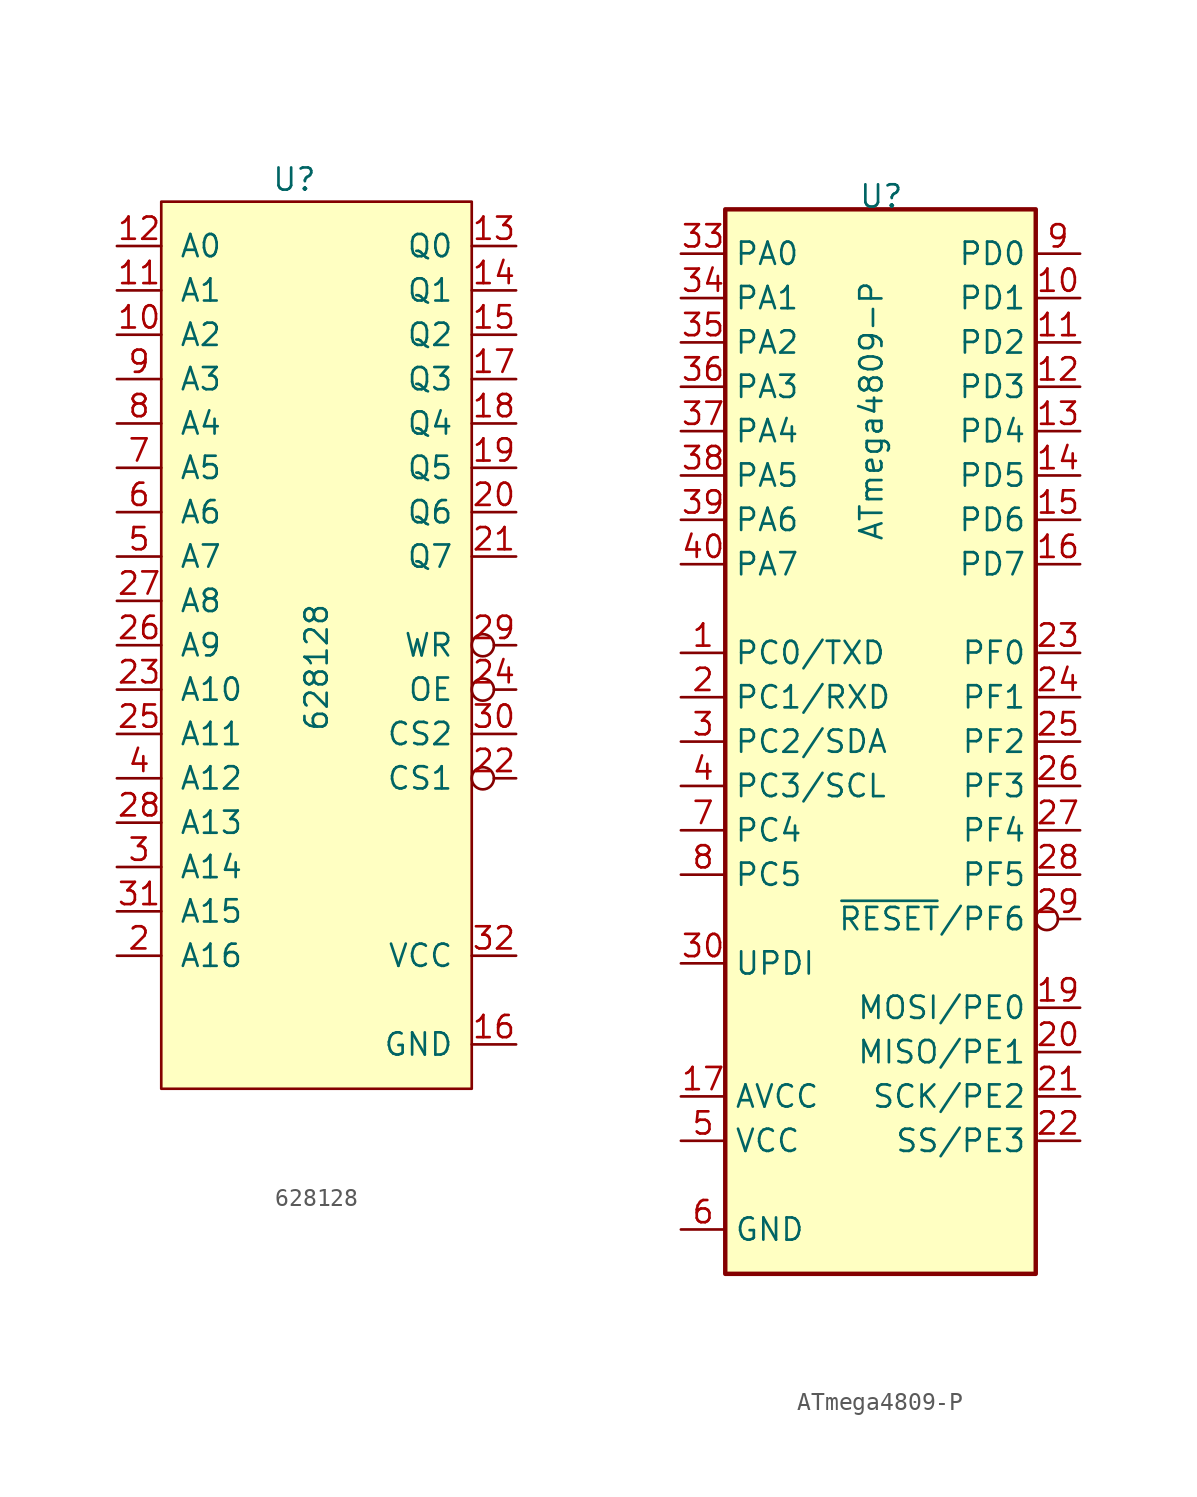
<source format=kicad_sym>
(kicad_symbol_lib
  (version 20211014)
  (generator kicad_symbol_editor)
  (symbol "628128"
    (pin_names
      (offset 1.016))
    (property "Reference" "U"
      (at -1.27 26.67 0)
      (effects (font (size 1.27 1.27))))
    (property "Value" "628128"
      (at 0 -1.27 90)
      (effects (font (size 1.27 1.27))))
    (symbol "628128_0_0"
      (pin power_in line (at 11.43 -22.86 180) (length 2.54) (name "GND" (effects (font (size 1.27 1.27)))) (number "16" (effects (font (size 1.27 1.27)))))
      (pin power_in line (at 11.43 -17.78 180) (length 2.54) (name "VCC" (effects (font (size 1.27 1.27)))) (number "32" (effects (font (size 1.27 1.27))))))
    (symbol "628128_0_1"
      (rectangle (start -8.89 25.4) (end 8.89 -25.4) (stroke (width 0) (type default) (color 0 0 0 0)) (fill (type background))))
    (symbol "628128_1_1"
      (pin input line (at -11.43 17.78 0) (length 2.54) (name "A2" (effects (font (size 1.27 1.27)))) (number "10" (effects (font (size 1.27 1.27)))))
      (pin input line (at -11.43 20.32 0) (length 2.54) (name "A1" (effects (font (size 1.27 1.27)))) (number "11" (effects (font (size 1.27 1.27)))))
      (pin input line (at -11.43 22.86 0) (length 2.54) (name "A0" (effects (font (size 1.27 1.27)))) (number "12" (effects (font (size 1.27 1.27)))))
      (pin bidirectional line (at 11.43 22.86 180) (length 2.54) (name "Q0" (effects (font (size 1.27 1.27)))) (number "13" (effects (font (size 1.27 1.27)))))
      (pin bidirectional line (at 11.43 20.32 180) (length 2.54) (name "Q1" (effects (font (size 1.27 1.27)))) (number "14" (effects (font (size 1.27 1.27)))))
      (pin bidirectional line (at 11.43 17.78 180) (length 2.54) (name "Q2" (effects (font (size 1.27 1.27)))) (number "15" (effects (font (size 1.27 1.27)))))
      (pin bidirectional line (at 11.43 15.24 180) (length 2.54) (name "Q3" (effects (font (size 1.27 1.27)))) (number "17" (effects (font (size 1.27 1.27)))))
      (pin bidirectional line (at 11.43 12.7 180) (length 2.54) (name "Q4" (effects (font (size 1.27 1.27)))) (number "18" (effects (font (size 1.27 1.27)))))
      (pin bidirectional line (at 11.43 10.16 180) (length 2.54) (name "Q5" (effects (font (size 1.27 1.27)))) (number "19" (effects (font (size 1.27 1.27)))))
      (pin input line (at -11.43 -17.78 0) (length 2.54) (name "A16" (effects (font (size 1.27 1.27)))) (number "2" (effects (font (size 1.27 1.27)))))
      (pin bidirectional line (at 11.43 7.62 180) (length 2.54) (name "Q6" (effects (font (size 1.27 1.27)))) (number "20" (effects (font (size 1.27 1.27)))))
      (pin bidirectional line (at 11.43 5.08 180) (length 2.54) (name "Q7" (effects (font (size 1.27 1.27)))) (number "21" (effects (font (size 1.27 1.27)))))
      (pin input inverted (at 11.43 -7.62 180) (length 2.54) (name "CS1" (effects (font (size 1.27 1.27)))) (number "22" (effects (font (size 1.27 1.27)))))
      (pin input line (at -11.43 -2.54 0) (length 2.54) (name "A10" (effects (font (size 1.27 1.27)))) (number "23" (effects (font (size 1.27 1.27)))))
      (pin input inverted (at 11.43 -2.54 180) (length 2.54) (name "OE" (effects (font (size 1.27 1.27)))) (number "24" (effects (font (size 1.27 1.27)))))
      (pin input line (at -11.43 -5.08 0) (length 2.54) (name "A11" (effects (font (size 1.27 1.27)))) (number "25" (effects (font (size 1.27 1.27)))))
      (pin input line (at -11.43 0 0) (length 2.54) (name "A9" (effects (font (size 1.27 1.27)))) (number "26" (effects (font (size 1.27 1.27)))))
      (pin input line (at -11.43 2.54 0) (length 2.54) (name "A8" (effects (font (size 1.27 1.27)))) (number "27" (effects (font (size 1.27 1.27)))))
      (pin input line (at -11.43 -10.16 0) (length 2.54) (name "A13" (effects (font (size 1.27 1.27)))) (number "28" (effects (font (size 1.27 1.27)))))
      (pin input inverted (at 11.43 0 180) (length 2.54) (name "WR" (effects (font (size 1.27 1.27)))) (number "29" (effects (font (size 1.27 1.27)))))
      (pin input line (at -11.43 -12.7 0) (length 2.54) (name "A14" (effects (font (size 1.27 1.27)))) (number "3" (effects (font (size 1.27 1.27)))))
      (pin input line (at 11.43 -5.08 180) (length 2.54) (name "CS2" (effects (font (size 1.27 1.27)))) (number "30" (effects (font (size 1.27 1.27)))))
      (pin input line (at -11.43 -15.24 0) (length 2.54) (name "A15" (effects (font (size 1.27 1.27)))) (number "31" (effects (font (size 1.27 1.27)))))
      (pin input line (at -11.43 -7.62 0) (length 2.54) (name "A12" (effects (font (size 1.27 1.27)))) (number "4" (effects (font (size 1.27 1.27)))))
      (pin input line (at -11.43 5.08 0) (length 2.54) (name "A7" (effects (font (size 1.27 1.27)))) (number "5" (effects (font (size 1.27 1.27)))))
      (pin input line (at -11.43 7.62 0) (length 2.54) (name "A6" (effects (font (size 1.27 1.27)))) (number "6" (effects (font (size 1.27 1.27)))))
      (pin input line (at -11.43 10.16 0) (length 2.54) (name "A5" (effects (font (size 1.27 1.27)))) (number "7" (effects (font (size 1.27 1.27)))))
      (pin input line (at -11.43 12.7 0) (length 2.54) (name "A4" (effects (font (size 1.27 1.27)))) (number "8" (effects (font (size 1.27 1.27)))))
      (pin input line (at -11.43 15.24 0) (length 2.54) (name "A3" (effects (font (size 1.27 1.27)))) (number "9" (effects (font (size 1.27 1.27)))))))
  (symbol "ATmega4809-P"
    (property "Reference" "U"
      (at -1.27 30.48 0)
      (effects (font (size 1.27 1.27)) (justify left bottom)))
    (property "Value" "ATmega4809-P"
      (at -1.27 11.43 90)
      (effects (font (size 1.27 1.27)) (justify left top)))
    (symbol "ATmega4809-P_0_1"
      (rectangle (start -8.89 -30.48) (end 8.89 30.48) (stroke (width 0.254) (type default) (color 0 0 0 0)) (fill (type background))))
    (symbol "ATmega4809-P_1_1"
      (pin output line (at -11.43 5.08 0) (length 2.54) (name "PC0/TXD" (effects (font (size 1.27 1.27)))) (number "1" (effects (font (size 1.27 1.27)))))
      (pin input line (at 11.43 25.4 180) (length 2.54) (name "PD1" (effects (font (size 1.27 1.27)))) (number "10" (effects (font (size 1.27 1.27)))))
      (pin input line (at 11.43 22.86 180) (length 2.54) (name "PD2" (effects (font (size 1.27 1.27)))) (number "11" (effects (font (size 1.27 1.27)))))
      (pin output line (at 11.43 20.32 180) (length 2.54) (name "PD3" (effects (font (size 1.27 1.27)))) (number "12" (effects (font (size 1.27 1.27)))))
      (pin input line (at 11.43 17.78 180) (length 2.54) (name "PD4" (effects (font (size 1.27 1.27)))) (number "13" (effects (font (size 1.27 1.27)))))
      (pin input line (at 11.43 15.24 180) (length 2.54) (name "PD5" (effects (font (size 1.27 1.27)))) (number "14" (effects (font (size 1.27 1.27)))))
      (pin output line (at 11.43 12.7 180) (length 2.54) (name "PD6" (effects (font (size 1.27 1.27)))) (number "15" (effects (font (size 1.27 1.27)))))
      (pin output line (at 11.43 10.16 180) (length 2.54) (name "PD7" (effects (font (size 1.27 1.27)))) (number "16" (effects (font (size 1.27 1.27)))))
      (pin power_in line (at -11.43 -20.32 0) (length 2.54) (name "AVCC" (effects (font (size 1.27 1.27)))) (number "17" (effects (font (size 1.27 1.27)))))
      (pin power_in line (at -11.43 -27.94 0) (length 2.54) hide (name "GND" (effects (font (size 1.27 1.27)))) (number "18" (effects (font (size 1.27 1.27)))))
      (pin output line (at 11.43 -15.24 180) (length 2.54) (name "MOSI/PE0" (effects (font (size 1.27 1.27)))) (number "19" (effects (font (size 1.27 1.27)))))
      (pin input line (at -11.43 2.54 0) (length 2.54) (name "PC1/RXD" (effects (font (size 1.27 1.27)))) (number "2" (effects (font (size 1.27 1.27)))))
      (pin input line (at 11.43 -17.78 180) (length 2.54) (name "MISO/PE1" (effects (font (size 1.27 1.27)))) (number "20" (effects (font (size 1.27 1.27)))))
      (pin output line (at 11.43 -20.32 180) (length 2.54) (name "SCK/PE2" (effects (font (size 1.27 1.27)))) (number "21" (effects (font (size 1.27 1.27)))))
      (pin output line (at 11.43 -22.86 180) (length 2.54) (name "SS/PE3" (effects (font (size 1.27 1.27)))) (number "22" (effects (font (size 1.27 1.27)))))
      (pin output line (at 11.43 5.08 180) (length 2.54) (name "PF0" (effects (font (size 1.27 1.27)))) (number "23" (effects (font (size 1.27 1.27)))))
      (pin output line (at 11.43 2.54 180) (length 2.54) (name "PF1" (effects (font (size 1.27 1.27)))) (number "24" (effects (font (size 1.27 1.27)))))
      (pin input line (at 11.43 0 180) (length 2.54) (name "PF2" (effects (font (size 1.27 1.27)))) (number "25" (effects (font (size 1.27 1.27)))))
      (pin input line (at 11.43 -2.54 180) (length 2.54) (name "PF3" (effects (font (size 1.27 1.27)))) (number "26" (effects (font (size 1.27 1.27)))))
      (pin output line (at 11.43 -5.08 180) (length 2.54) (name "PF4" (effects (font (size 1.27 1.27)))) (number "27" (effects (font (size 1.27 1.27)))))
      (pin output line (at 11.43 -7.62 180) (length 2.54) (name "PF5" (effects (font (size 1.27 1.27)))) (number "28" (effects (font (size 1.27 1.27)))))
      (pin input inverted (at 11.43 -10.16 180) (length 2.54) (name "~{RESET}/PF6" (effects (font (size 1.27 1.27)))) (number "29" (effects (font (size 1.27 1.27)))))
      (pin bidirectional line (at -11.43 0 0) (length 2.54) (name "PC2/SDA" (effects (font (size 1.27 1.27)))) (number "3" (effects (font (size 1.27 1.27)))))
      (pin bidirectional line (at -11.43 -12.7 0) (length 2.54) (name "UPDI" (effects (font (size 1.27 1.27)))) (number "30" (effects (font (size 1.27 1.27)))))
      (pin power_in line (at -11.43 -22.86 0) (length 2.54) hide (name "VCC" (effects (font (size 1.27 1.27)))) (number "31" (effects (font (size 1.27 1.27)))))
      (pin power_in line (at -11.43 -27.94 0) (length 2.54) hide (name "GND" (effects (font (size 1.27 1.27)))) (number "32" (effects (font (size 1.27 1.27)))))
      (pin bidirectional line (at -11.43 27.94 0) (length 2.54) (name "PA0" (effects (font (size 1.27 1.27)))) (number "33" (effects (font (size 1.27 1.27)))))
      (pin bidirectional line (at -11.43 25.4 0) (length 2.54) (name "PA1" (effects (font (size 1.27 1.27)))) (number "34" (effects (font (size 1.27 1.27)))))
      (pin bidirectional line (at -11.43 22.86 0) (length 2.54) (name "PA2" (effects (font (size 1.27 1.27)))) (number "35" (effects (font (size 1.27 1.27)))))
      (pin bidirectional line (at -11.43 20.32 0) (length 2.54) (name "PA3" (effects (font (size 1.27 1.27)))) (number "36" (effects (font (size 1.27 1.27)))))
      (pin bidirectional line (at -11.43 17.78 0) (length 2.54) (name "PA4" (effects (font (size 1.27 1.27)))) (number "37" (effects (font (size 1.27 1.27)))))
      (pin bidirectional line (at -11.43 15.24 0) (length 2.54) (name "PA5" (effects (font (size 1.27 1.27)))) (number "38" (effects (font (size 1.27 1.27)))))
      (pin bidirectional line (at -11.43 12.7 0) (length 2.54) (name "PA6" (effects (font (size 1.27 1.27)))) (number "39" (effects (font (size 1.27 1.27)))))
      (pin bidirectional line (at -11.43 -2.54 0) (length 2.54) (name "PC3/SCL" (effects (font (size 1.27 1.27)))) (number "4" (effects (font (size 1.27 1.27)))))
      (pin bidirectional line (at -11.43 10.16 0) (length 2.54) (name "PA7" (effects (font (size 1.27 1.27)))) (number "40" (effects (font (size 1.27 1.27)))))
      (pin power_in line (at -11.43 -22.86 0) (length 2.54) (name "VCC" (effects (font (size 1.27 1.27)))) (number "5" (effects (font (size 1.27 1.27)))))
      (pin power_in line (at -11.43 -27.94 0) (length 2.54) (name "GND" (effects (font (size 1.27 1.27)))) (number "6" (effects (font (size 1.27 1.27)))))
      (pin output line (at -11.43 -5.08 0) (length 2.54) (name "PC4" (effects (font (size 1.27 1.27)))) (number "7" (effects (font (size 1.27 1.27)))))
      (pin output line (at -11.43 -7.62 0) (length 2.54) (name "PC5" (effects (font (size 1.27 1.27)))) (number "8" (effects (font (size 1.27 1.27)))))
      (pin input line (at 11.43 27.94 180) (length 2.54) (name "PD0" (effects (font (size 1.27 1.27)))) (number "9" (effects (font (size 1.27 1.27))))))))
</source>
